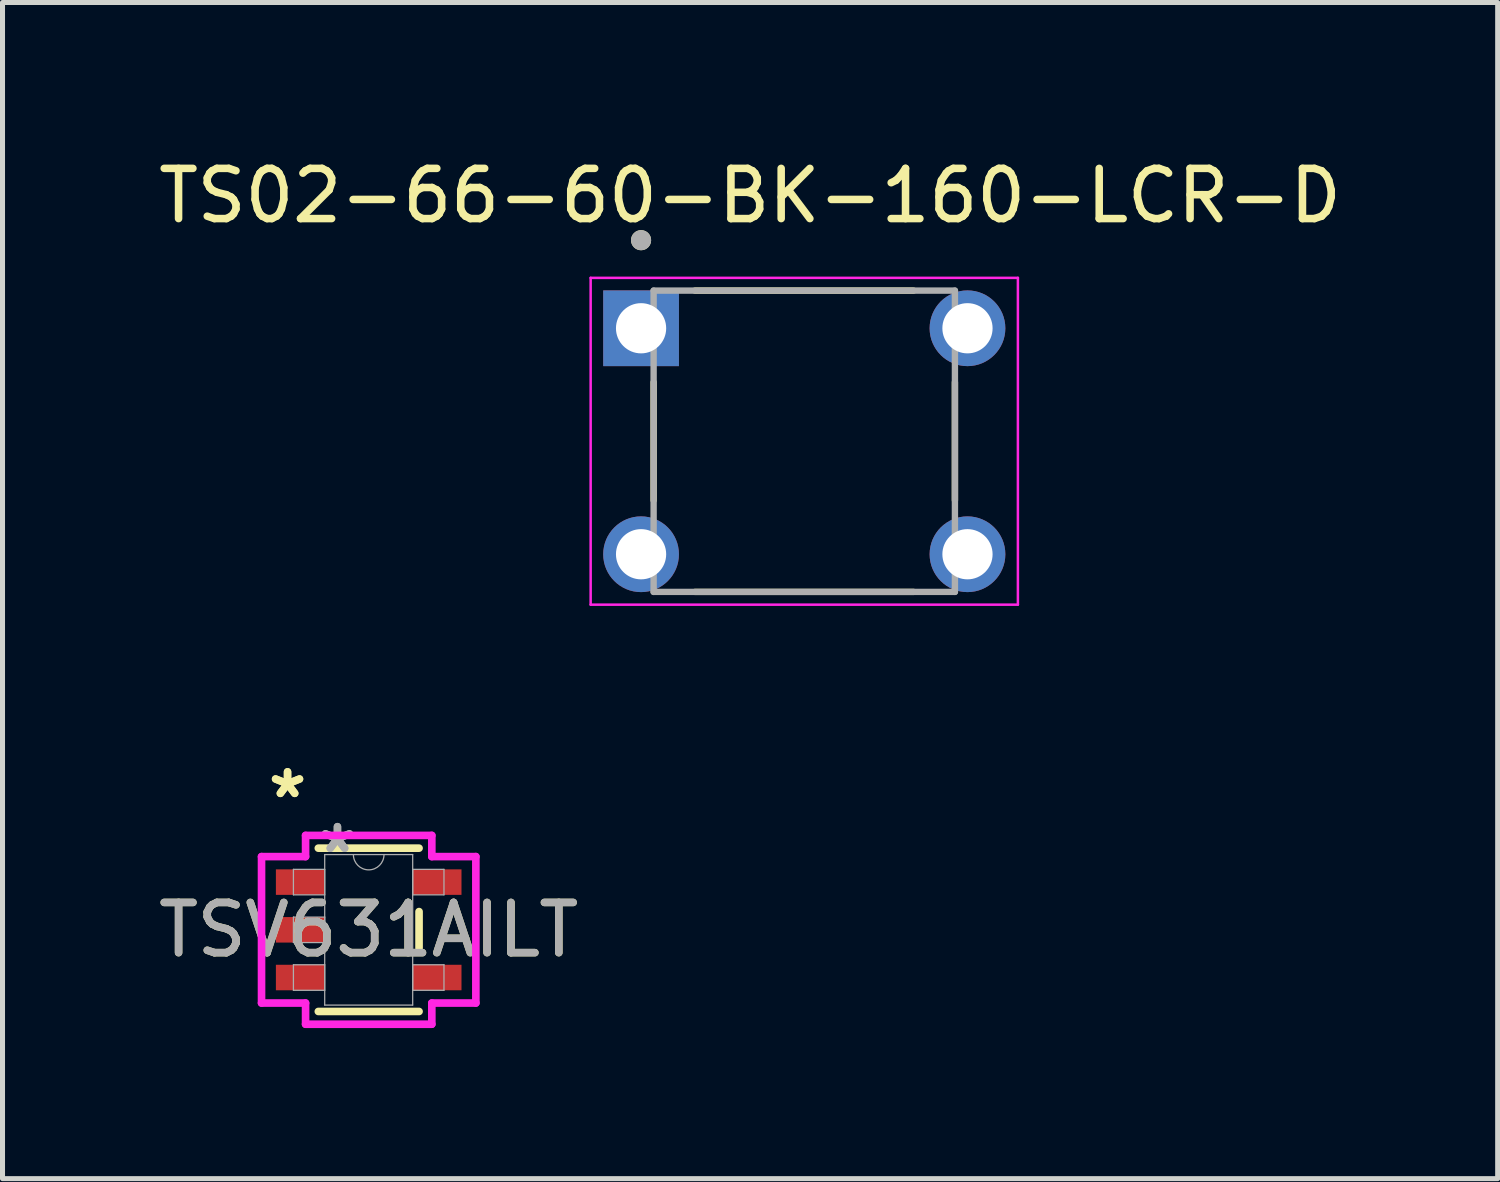
<source format=kicad_pcb>
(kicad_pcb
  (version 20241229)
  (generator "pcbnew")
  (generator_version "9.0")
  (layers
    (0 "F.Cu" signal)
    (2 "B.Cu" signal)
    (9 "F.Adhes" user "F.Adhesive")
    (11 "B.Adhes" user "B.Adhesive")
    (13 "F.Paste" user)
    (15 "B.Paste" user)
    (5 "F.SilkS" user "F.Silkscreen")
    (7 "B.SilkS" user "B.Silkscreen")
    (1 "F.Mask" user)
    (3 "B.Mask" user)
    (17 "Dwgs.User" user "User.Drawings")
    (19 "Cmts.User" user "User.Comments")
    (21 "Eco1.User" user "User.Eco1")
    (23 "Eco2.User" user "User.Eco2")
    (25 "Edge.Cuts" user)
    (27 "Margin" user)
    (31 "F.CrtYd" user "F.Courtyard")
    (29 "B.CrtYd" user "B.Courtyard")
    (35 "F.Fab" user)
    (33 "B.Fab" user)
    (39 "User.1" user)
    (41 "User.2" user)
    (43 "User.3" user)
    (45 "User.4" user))
  (footprint "TS02-66-60-BK-160-LCR-D"
    (layer "F.Cu")
    (at 12.966 5.737)
    (property "Reference" "TS02-66-60-BK-160-LCR-D" (at -1.079 -4.889 0) (layer "F.SilkS") (effects (font (size 1 1) (thickness 0.15))))
    (attr through_hole)
    (fp_line (start -3 -1.176) (end -3 1.176) (stroke (width 0.127) (type solid)) (layer "F.SilkS"))
    (fp_line (start -2.176 -3) (end 2.176 -3) (stroke (width 0.127) (type solid)) (layer "F.SilkS"))
    (fp_line (start -2.176 3) (end 2.176 3) (stroke (width 0.127) (type solid)) (layer "F.SilkS"))
    (fp_line (start 3 -1.176) (end 3 1.176) (stroke (width 0.127) (type solid)) (layer "F.SilkS"))
    (fp_circle (center -3.25 -4.004) (end -3.15 -4.004) (stroke (width 0.2) (type solid)) (fill no) (layer "F.SilkS"))
    (fp_line (start -4.254 -3.254) (end -4.254 3.254) (stroke (width 0.05) (type solid)) (layer "F.CrtYd"))
    (fp_line (start -4.254 3.254) (end 4.254 3.254) (stroke (width 0.05) (type solid)) (layer "F.CrtYd"))
    (fp_line (start 4.254 -3.254) (end -4.254 -3.254) (stroke (width 0.05) (type solid)) (layer "F.CrtYd"))
    (fp_line (start 4.254 3.254) (end 4.254 -3.254) (stroke (width 0.05) (type solid)) (layer "F.CrtYd"))
    (fp_line (start -3 -3) (end 3 -3) (stroke (width 0.127) (type solid)) (layer "F.Fab"))
    (fp_line (start -3 3) (end -3 -3) (stroke (width 0.127) (type solid)) (layer "F.Fab"))
    (fp_line (start 3 -3) (end 3 3) (stroke (width 0.127) (type solid)) (layer "F.Fab"))
    (fp_line (start 3 3) (end -3 3) (stroke (width 0.127) (type solid)) (layer "F.Fab"))
    (fp_circle (center -3.25 -4.004) (end -3.15 -4.004) (stroke (width 0.2) (type solid)) (fill no) (layer "F.Fab"))
    (pad "1" thru_hole rect (at -3.25 -2.25) (size 1.508 1.508) (drill 1) (layers "*.Cu" "*.Mask"))
    (pad "2" thru_hole circle (at 3.25 -2.25) (size 1.508 1.508) (drill 1) (layers "*.Cu" "*.Mask"))
    (pad "3" thru_hole circle (at -3.25 2.25) (size 1.508 1.508) (drill 1) (layers "*.Cu" "*.Mask"))
    (pad "4" thru_hole circle (at 3.25 2.25) (size 1.508 1.508) (drill 1) (layers "*.Cu" "*.Mask")))
  (footprint "TSV631AILT"
    (layer "F.Cu")
    (at 4.292 15.466)
    (property "Reference" "TSV631AILT" (at 0 0 0) (unlocked yes) (layer "F.SilkS") (effects (font (size 1 1) (thickness 0.15))))
    (attr smd)
    (fp_line (start -1.003 1.626) (end 1.003 1.626) (stroke (width 0.152) (type solid)) (layer "F.SilkS"))
    (fp_line (start 1.003 -1.626) (end -1.003 -1.626) (stroke (width 0.152) (type solid)) (layer "F.SilkS"))
    (fp_line (start 1.003 0.363) (end 1.003 -0.363) (stroke (width 0.152) (type solid)) (layer "F.SilkS"))
    (fp_line (start -2.134 -1.458) (end -1.257 -1.458) (stroke (width 0.152) (type solid)) (layer "F.CrtYd"))
    (fp_line (start -2.134 1.458) (end -2.134 -1.458) (stroke (width 0.152) (type solid)) (layer "F.CrtYd"))
    (fp_line (start -1.257 -1.88) (end 1.257 -1.88) (stroke (width 0.152) (type solid)) (layer "F.CrtYd"))
    (fp_line (start -1.257 -1.458) (end -1.257 -1.88) (stroke (width 0.152) (type solid)) (layer "F.CrtYd"))
    (fp_line (start -1.257 1.458) (end -2.134 1.458) (stroke (width 0.152) (type solid)) (layer "F.CrtYd"))
    (fp_line (start -1.257 1.88) (end -1.257 1.458) (stroke (width 0.152) (type solid)) (layer "F.CrtYd"))
    (fp_line (start 1.257 -1.88) (end 1.257 -1.458) (stroke (width 0.152) (type solid)) (layer "F.CrtYd"))
    (fp_line (start 1.257 -1.458) (end 2.134 -1.458) (stroke (width 0.152) (type solid)) (layer "F.CrtYd"))
    (fp_line (start 1.257 1.458) (end 1.257 1.88) (stroke (width 0.152) (type solid)) (layer "F.CrtYd"))
    (fp_line (start 1.257 1.88) (end -1.257 1.88) (stroke (width 0.152) (type solid)) (layer "F.CrtYd"))
    (fp_line (start 2.134 -1.458) (end 2.134 1.458) (stroke (width 0.152) (type solid)) (layer "F.CrtYd"))
    (fp_line (start 2.134 1.458) (end 1.257 1.458) (stroke (width 0.152) (type solid)) (layer "F.CrtYd"))
    (fp_line (start -1.499 -1.204) (end -1.499 -0.696) (stroke (width 0.025) (type solid)) (layer "F.Fab"))
    (fp_line (start -1.499 -0.696) (end -0.876 -0.696) (stroke (width 0.025) (type solid)) (layer "F.Fab"))
    (fp_line (start -1.499 -0.254) (end -1.499 0.254) (stroke (width 0.025) (type solid)) (layer "F.Fab"))
    (fp_line (start -1.499 0.254) (end -0.876 0.254) (stroke (width 0.025) (type solid)) (layer "F.Fab"))
    (fp_line (start -1.499 0.696) (end -1.499 1.204) (stroke (width 0.025) (type solid)) (layer "F.Fab"))
    (fp_line (start -1.499 1.204) (end -0.876 1.204) (stroke (width 0.025) (type solid)) (layer "F.Fab"))
    (fp_line (start -0.876 -1.499) (end -0.876 1.499) (stroke (width 0.025) (type solid)) (layer "F.Fab"))
    (fp_line (start -0.876 -1.204) (end -1.499 -1.204) (stroke (width 0.025) (type solid)) (layer "F.Fab"))
    (fp_line (start -0.876 -0.696) (end -0.876 -1.204) (stroke (width 0.025) (type solid)) (layer "F.Fab"))
    (fp_line (start -0.876 -0.254) (end -1.499 -0.254) (stroke (width 0.025) (type solid)) (layer "F.Fab"))
    (fp_line (start -0.876 0.254) (end -0.876 -0.254) (stroke (width 0.025) (type solid)) (layer "F.Fab"))
    (fp_line (start -0.876 0.696) (end -1.499 0.696) (stroke (width 0.025) (type solid)) (layer "F.Fab"))
    (fp_line (start -0.876 1.204) (end -0.876 0.696) (stroke (width 0.025) (type solid)) (layer "F.Fab"))
    (fp_line (start -0.876 1.499) (end 0.876 1.499) (stroke (width 0.025) (type solid)) (layer "F.Fab"))
    (fp_line (start 0.876 -1.499) (end -0.876 -1.499) (stroke (width 0.025) (type solid)) (layer "F.Fab"))
    (fp_line (start 0.876 -1.204) (end 0.876 -0.696) (stroke (width 0.025) (type solid)) (layer "F.Fab"))
    (fp_line (start 0.876 -0.696) (end 1.499 -0.696) (stroke (width 0.025) (type solid)) (layer "F.Fab"))
    (fp_line (start 0.876 0.696) (end 0.876 1.204) (stroke (width 0.025) (type solid)) (layer "F.Fab"))
    (fp_line (start 0.876 1.204) (end 1.499 1.204) (stroke (width 0.025) (type solid)) (layer "F.Fab"))
    (fp_line (start 0.876 1.499) (end 0.876 -1.499) (stroke (width 0.025) (type solid)) (layer "F.Fab"))
    (fp_line (start 1.499 -1.204) (end 0.876 -1.204) (stroke (width 0.025) (type solid)) (layer "F.Fab"))
    (fp_line (start 1.499 -0.696) (end 1.499 -1.204) (stroke (width 0.025) (type solid)) (layer "F.Fab"))
    (fp_line (start 1.499 0.696) (end 0.876 0.696) (stroke (width 0.025) (type solid)) (layer "F.Fab"))
    (fp_line (start 1.499 1.204) (end 1.499 0.696) (stroke (width 0.025) (type solid)) (layer "F.Fab"))
    (fp_arc (start 0.3048 -1.4986) (mid 0 -1.1938) (end -0.3048 -1.4986) (stroke (width 0.0254) (type solid)) (layer "F.Fab"))
    (fp_text user "*" (at -1.616 -2.601 0) (layer "F.SilkS") (effects (font (size 1 1) (thickness 0.15))))
    (fp_text user "*" (at -1.616 -2.601 0) (unlocked yes) (layer "F.SilkS") (effects (font (size 1 1) (thickness 0.15))))
    (fp_text user "${REFERENCE}" (at 0 0 0) (unlocked yes) (layer "F.Fab") (effects (font (size 1 1) (thickness 0.15))))
    (fp_text user "*" (at -0.622 -1.509 0) (layer "F.Fab") (effects (font (size 1 1) (thickness 0.15))))
    (fp_text user "*" (at -0.622 -1.509 0) (unlocked yes) (layer "F.Fab") (effects (font (size 1 1) (thickness 0.15))))
    (pad "1" smd rect (at -1.362 -0.95) (size 0.972 0.508) (layers "F.Cu" "F.Mask" "F.Paste"))
    (pad "2" smd rect (at -1.362 0) (size 0.972 0.508) (layers "F.Cu" "F.Mask" "F.Paste"))
    (pad "3" smd rect (at -1.362 0.95) (size 0.972 0.508) (layers "F.Cu" "F.Mask" "F.Paste"))
    (pad "4" smd rect (at 1.362 0.95) (size 0.972 0.508) (layers "F.Cu" "F.Mask" "F.Paste"))
    (pad "5" smd rect (at 1.362 -0.95) (size 0.972 0.508) (layers "F.Cu" "F.Mask" "F.Paste")))
  (gr_rect
    (start -3 -3)
    (end 26.774 20.421)
    (stroke (width 0.1) (type default))
    (fill no)
    (layer "Edge.Cuts")))
</source>
